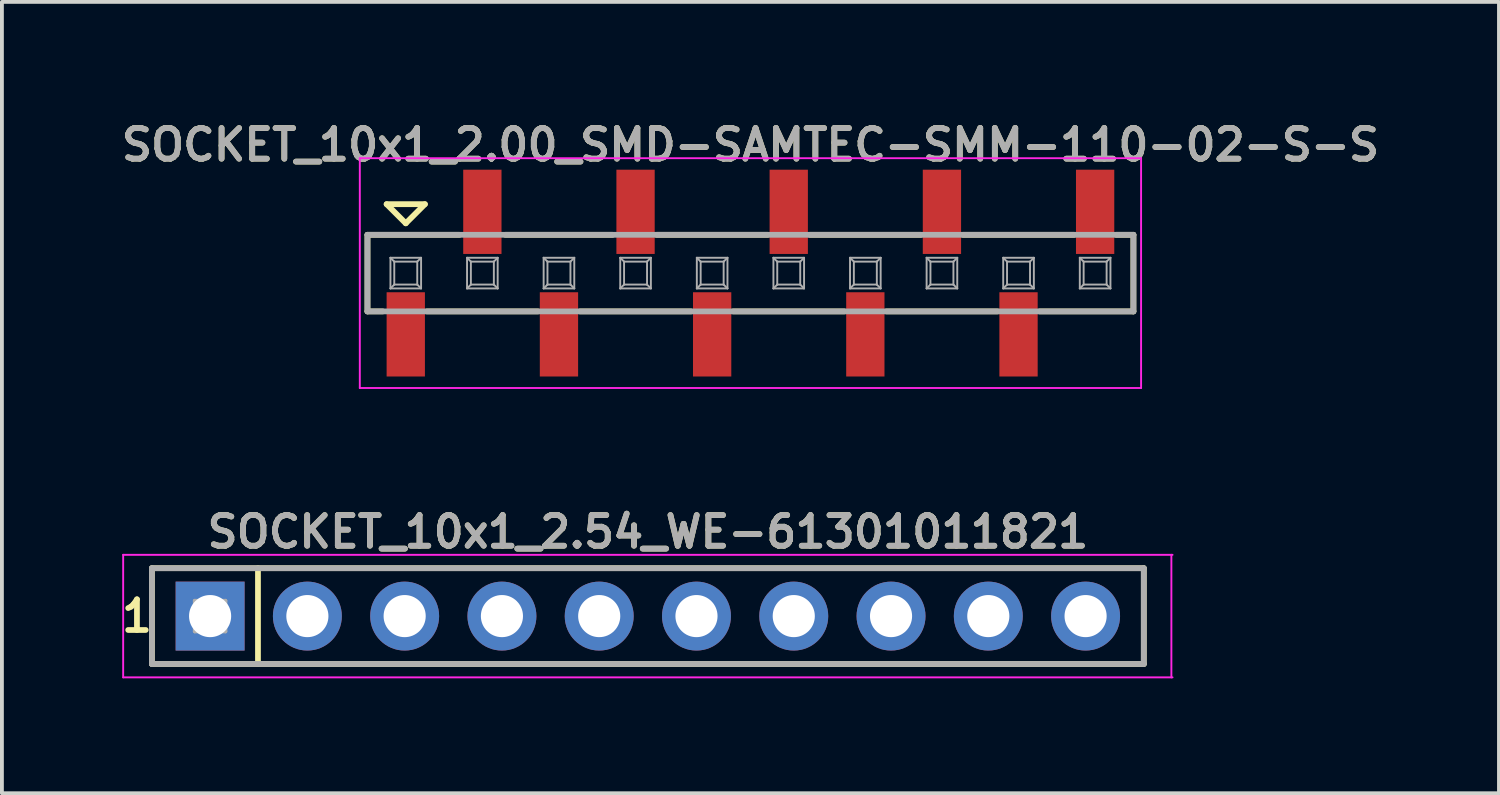
<source format=kicad_pcb>
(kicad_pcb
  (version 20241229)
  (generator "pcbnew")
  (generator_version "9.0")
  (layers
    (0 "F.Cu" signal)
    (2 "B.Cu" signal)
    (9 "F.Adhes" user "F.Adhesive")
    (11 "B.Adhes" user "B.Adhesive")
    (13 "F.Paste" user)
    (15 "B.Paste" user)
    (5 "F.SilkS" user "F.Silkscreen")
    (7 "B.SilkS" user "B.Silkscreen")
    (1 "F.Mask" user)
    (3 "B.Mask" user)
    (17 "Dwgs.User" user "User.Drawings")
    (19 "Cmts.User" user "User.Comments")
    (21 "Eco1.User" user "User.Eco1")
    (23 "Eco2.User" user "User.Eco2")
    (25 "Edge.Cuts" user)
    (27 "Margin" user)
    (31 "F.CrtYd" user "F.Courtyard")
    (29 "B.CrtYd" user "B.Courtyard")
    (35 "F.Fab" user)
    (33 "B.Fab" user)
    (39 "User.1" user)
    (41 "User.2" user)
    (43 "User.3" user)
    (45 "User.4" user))
  (footprint "SOCKET_10x1_2.00_SMD-SAMTEC-SMM-110-02-S-S"
    (layer "F.Cu")
    (at 16.545 4.081)
    (property "Reference" "SOCKET_10x1_2.00_SMD-SAMTEC-SMM-110-02-S-S" (at 0 -3.35 180) (layer "F.SilkS") (effects (font (size 0.8 0.8) (thickness 0.15))))
    (attr through_hole)
    (fp_line (start -10 -1) (end -7.6 -1) (stroke (width 0.15) (type solid)) (layer "F.SilkS"))
    (fp_line (start -10 1) (end -10 -1) (stroke (width 0.15) (type solid)) (layer "F.SilkS"))
    (fp_line (start -9.6 1) (end -10 1) (stroke (width 0.15) (type solid)) (layer "F.SilkS"))
    (fp_line (start -9 -1.3) (end -9.5 -1.8) (stroke (width 0.15) (type solid)) (layer "F.SilkS"))
    (fp_line (start -8.5 -1.8) (end -9.5 -1.8) (stroke (width 0.15) (type solid)) (layer "F.SilkS"))
    (fp_line (start -8.5 -1.8) (end -9 -1.3) (stroke (width 0.15) (type solid)) (layer "F.SilkS"))
    (fp_line (start -6.4 -1) (end -3.6 -1) (stroke (width 0.15) (type solid)) (layer "F.SilkS"))
    (fp_line (start -5.55 1) (end -8.45 1) (stroke (width 0.15) (type solid)) (layer "F.SilkS"))
    (fp_line (start -2.45 -1) (end 0.45 -1) (stroke (width 0.15) (type solid)) (layer "F.SilkS"))
    (fp_line (start -1.55 1) (end -4.45 1) (stroke (width 0.15) (type solid)) (layer "F.SilkS"))
    (fp_line (start 1.55 -1) (end 4.45 -1) (stroke (width 0.15) (type solid)) (layer "F.SilkS"))
    (fp_line (start 2.45 1) (end -0.45 1) (stroke (width 0.15) (type solid)) (layer "F.SilkS"))
    (fp_line (start 5.55 -1) (end 8.45 -1) (stroke (width 0.15) (type solid)) (layer "F.SilkS"))
    (fp_line (start 6.45 1) (end 3.55 1) (stroke (width 0.15) (type solid)) (layer "F.SilkS"))
    (fp_line (start 9.55 -1) (end 10 -1) (stroke (width 0.15) (type solid)) (layer "F.SilkS"))
    (fp_line (start 10 -1) (end 10 1) (stroke (width 0.15) (type solid)) (layer "F.SilkS"))
    (fp_line (start 10 1) (end 7.55 1) (stroke (width 0.15) (type solid)) (layer "F.SilkS"))
    (fp_line (start -10.2 -3) (end 10.2 -3) (stroke (width 0.05) (type solid)) (layer "F.CrtYd"))
    (fp_line (start -10.2 3) (end -10.2 -3) (stroke (width 0.05) (type solid)) (layer "F.CrtYd"))
    (fp_line (start 10.2 -3) (end 10.2 3) (stroke (width 0.05) (type solid)) (layer "F.CrtYd"))
    (fp_line (start 10.2 3) (end -10.2 3) (stroke (width 0.05) (type solid)) (layer "F.CrtYd"))
    (fp_line (start -10 -1) (end -10 1) (stroke (width 0.15) (type solid)) (layer "F.Fab"))
    (fp_line (start -10 1) (end 10 1) (stroke (width 0.15) (type solid)) (layer "F.Fab"))
    (fp_line (start -9.4 -0.4) (end -8.6 -0.4) (stroke (width 0.05) (type solid)) (layer "F.Fab"))
    (fp_line (start -9.4 0.4) (end -9.4 -0.4) (stroke (width 0.05) (type solid)) (layer "F.Fab"))
    (fp_line (start -9.3 -0.3) (end -9.4 -0.4) (stroke (width 0.05) (type solid)) (layer "F.Fab"))
    (fp_line (start -9.3 -0.3) (end -9.3 0.3) (stroke (width 0.05) (type solid)) (layer "F.Fab"))
    (fp_line (start -9.3 0.3) (end -9.4 0.4) (stroke (width 0.05) (type solid)) (layer "F.Fab"))
    (fp_line (start -9.3 0.3) (end -8.7 0.3) (stroke (width 0.05) (type solid)) (layer "F.Fab"))
    (fp_line (start -8.7 -0.3) (end -9.3 -0.3) (stroke (width 0.05) (type solid)) (layer "F.Fab"))
    (fp_line (start -8.7 -0.3) (end -8.6 -0.4) (stroke (width 0.05) (type solid)) (layer "F.Fab"))
    (fp_line (start -8.7 0.3) (end -8.7 -0.3) (stroke (width 0.05) (type solid)) (layer "F.Fab"))
    (fp_line (start -8.7 0.3) (end -8.6 0.4) (stroke (width 0.05) (type solid)) (layer "F.Fab"))
    (fp_line (start -8.6 -0.4) (end -8.6 0.4) (stroke (width 0.05) (type solid)) (layer "F.Fab"))
    (fp_line (start -8.6 0.4) (end -9.4 0.4) (stroke (width 0.05) (type solid)) (layer "F.Fab"))
    (fp_line (start -7.4 -0.4) (end -6.6 -0.4) (stroke (width 0.05) (type solid)) (layer "F.Fab"))
    (fp_line (start -7.4 0.4) (end -7.4 -0.4) (stroke (width 0.05) (type solid)) (layer "F.Fab"))
    (fp_line (start -7.3 -0.3) (end -7.4 -0.4) (stroke (width 0.05) (type solid)) (layer "F.Fab"))
    (fp_line (start -7.3 -0.3) (end -7.3 0.3) (stroke (width 0.05) (type solid)) (layer "F.Fab"))
    (fp_line (start -7.3 0.3) (end -7.4 0.4) (stroke (width 0.05) (type solid)) (layer "F.Fab"))
    (fp_line (start -7.3 0.3) (end -6.7 0.3) (stroke (width 0.05) (type solid)) (layer "F.Fab"))
    (fp_line (start -6.7 -0.3) (end -7.3 -0.3) (stroke (width 0.05) (type solid)) (layer "F.Fab"))
    (fp_line (start -6.7 -0.3) (end -6.6 -0.4) (stroke (width 0.05) (type solid)) (layer "F.Fab"))
    (fp_line (start -6.7 0.3) (end -6.7 -0.3) (stroke (width 0.05) (type solid)) (layer "F.Fab"))
    (fp_line (start -6.7 0.3) (end -6.6 0.4) (stroke (width 0.05) (type solid)) (layer "F.Fab"))
    (fp_line (start -6.6 -0.4) (end -6.6 0.4) (stroke (width 0.05) (type solid)) (layer "F.Fab"))
    (fp_line (start -6.6 0.4) (end -7.4 0.4) (stroke (width 0.05) (type solid)) (layer "F.Fab"))
    (fp_line (start -5.4 -0.4) (end -4.6 -0.4) (stroke (width 0.05) (type solid)) (layer "F.Fab"))
    (fp_line (start -5.4 0.4) (end -5.4 -0.4) (stroke (width 0.05) (type solid)) (layer "F.Fab"))
    (fp_line (start -5.3 -0.3) (end -5.4 -0.4) (stroke (width 0.05) (type solid)) (layer "F.Fab"))
    (fp_line (start -5.3 -0.3) (end -5.3 0.3) (stroke (width 0.05) (type solid)) (layer "F.Fab"))
    (fp_line (start -5.3 0.3) (end -5.4 0.4) (stroke (width 0.05) (type solid)) (layer "F.Fab"))
    (fp_line (start -5.3 0.3) (end -4.7 0.3) (stroke (width 0.05) (type solid)) (layer "F.Fab"))
    (fp_line (start -4.7 -0.3) (end -5.3 -0.3) (stroke (width 0.05) (type solid)) (layer "F.Fab"))
    (fp_line (start -4.7 -0.3) (end -4.6 -0.4) (stroke (width 0.05) (type solid)) (layer "F.Fab"))
    (fp_line (start -4.7 0.3) (end -4.7 -0.3) (stroke (width 0.05) (type solid)) (layer "F.Fab"))
    (fp_line (start -4.7 0.3) (end -4.6 0.4) (stroke (width 0.05) (type solid)) (layer "F.Fab"))
    (fp_line (start -4.6 -0.4) (end -4.6 0.4) (stroke (width 0.05) (type solid)) (layer "F.Fab"))
    (fp_line (start -4.6 0.4) (end -5.4 0.4) (stroke (width 0.05) (type solid)) (layer "F.Fab"))
    (fp_line (start -3.4 -0.4) (end -2.6 -0.4) (stroke (width 0.05) (type solid)) (layer "F.Fab"))
    (fp_line (start -3.4 0.4) (end -3.4 -0.4) (stroke (width 0.05) (type solid)) (layer "F.Fab"))
    (fp_line (start -3.3 -0.3) (end -3.4 -0.4) (stroke (width 0.05) (type solid)) (layer "F.Fab"))
    (fp_line (start -3.3 -0.3) (end -3.3 0.3) (stroke (width 0.05) (type solid)) (layer "F.Fab"))
    (fp_line (start -3.3 0.3) (end -3.4 0.4) (stroke (width 0.05) (type solid)) (layer "F.Fab"))
    (fp_line (start -3.3 0.3) (end -2.7 0.3) (stroke (width 0.05) (type solid)) (layer "F.Fab"))
    (fp_line (start -2.7 -0.3) (end -3.3 -0.3) (stroke (width 0.05) (type solid)) (layer "F.Fab"))
    (fp_line (start -2.7 -0.3) (end -2.6 -0.4) (stroke (width 0.05) (type solid)) (layer "F.Fab"))
    (fp_line (start -2.7 0.3) (end -2.7 -0.3) (stroke (width 0.05) (type solid)) (layer "F.Fab"))
    (fp_line (start -2.7 0.3) (end -2.6 0.4) (stroke (width 0.05) (type solid)) (layer "F.Fab"))
    (fp_line (start -2.6 -0.4) (end -2.6 0.4) (stroke (width 0.05) (type solid)) (layer "F.Fab"))
    (fp_line (start -2.6 0.4) (end -3.4 0.4) (stroke (width 0.05) (type solid)) (layer "F.Fab"))
    (fp_line (start -1.4 -0.4) (end -0.6 -0.4) (stroke (width 0.05) (type solid)) (layer "F.Fab"))
    (fp_line (start -1.4 0.4) (end -1.4 -0.4) (stroke (width 0.05) (type solid)) (layer "F.Fab"))
    (fp_line (start -1.3 -0.3) (end -1.4 -0.4) (stroke (width 0.05) (type solid)) (layer "F.Fab"))
    (fp_line (start -1.3 -0.3) (end -1.3 0.3) (stroke (width 0.05) (type solid)) (layer "F.Fab"))
    (fp_line (start -1.3 0.3) (end -1.4 0.4) (stroke (width 0.05) (type solid)) (layer "F.Fab"))
    (fp_line (start -1.3 0.3) (end -0.7 0.3) (stroke (width 0.05) (type solid)) (layer "F.Fab"))
    (fp_line (start -0.7 -0.3) (end -1.3 -0.3) (stroke (width 0.05) (type solid)) (layer "F.Fab"))
    (fp_line (start -0.7 -0.3) (end -0.6 -0.4) (stroke (width 0.05) (type solid)) (layer "F.Fab"))
    (fp_line (start -0.7 0.3) (end -0.7 -0.3) (stroke (width 0.05) (type solid)) (layer "F.Fab"))
    (fp_line (start -0.7 0.3) (end -0.6 0.4) (stroke (width 0.05) (type solid)) (layer "F.Fab"))
    (fp_line (start -0.6 -0.4) (end -0.6 0.4) (stroke (width 0.05) (type solid)) (layer "F.Fab"))
    (fp_line (start -0.6 0.4) (end -1.4 0.4) (stroke (width 0.05) (type solid)) (layer "F.Fab"))
    (fp_line (start 0.6 -0.4) (end 1.4 -0.4) (stroke (width 0.05) (type solid)) (layer "F.Fab"))
    (fp_line (start 0.6 0.4) (end 0.6 -0.4) (stroke (width 0.05) (type solid)) (layer "F.Fab"))
    (fp_line (start 0.7 -0.3) (end 0.6 -0.4) (stroke (width 0.05) (type solid)) (layer "F.Fab"))
    (fp_line (start 0.7 -0.3) (end 0.7 0.3) (stroke (width 0.05) (type solid)) (layer "F.Fab"))
    (fp_line (start 0.7 0.3) (end 0.6 0.4) (stroke (width 0.05) (type solid)) (layer "F.Fab"))
    (fp_line (start 0.7 0.3) (end 1.3 0.3) (stroke (width 0.05) (type solid)) (layer "F.Fab"))
    (fp_line (start 1.3 -0.3) (end 0.7 -0.3) (stroke (width 0.05) (type solid)) (layer "F.Fab"))
    (fp_line (start 1.3 -0.3) (end 1.4 -0.4) (stroke (width 0.05) (type solid)) (layer "F.Fab"))
    (fp_line (start 1.3 0.3) (end 1.3 -0.3) (stroke (width 0.05) (type solid)) (layer "F.Fab"))
    (fp_line (start 1.3 0.3) (end 1.4 0.4) (stroke (width 0.05) (type solid)) (layer "F.Fab"))
    (fp_line (start 1.4 -0.4) (end 1.4 0.4) (stroke (width 0.05) (type solid)) (layer "F.Fab"))
    (fp_line (start 1.4 0.4) (end 0.6 0.4) (stroke (width 0.05) (type solid)) (layer "F.Fab"))
    (fp_line (start 2.6 -0.4) (end 3.4 -0.4) (stroke (width 0.05) (type solid)) (layer "F.Fab"))
    (fp_line (start 2.6 0.4) (end 2.6 -0.4) (stroke (width 0.05) (type solid)) (layer "F.Fab"))
    (fp_line (start 2.7 -0.3) (end 2.6 -0.4) (stroke (width 0.05) (type solid)) (layer "F.Fab"))
    (fp_line (start 2.7 -0.3) (end 2.7 0.3) (stroke (width 0.05) (type solid)) (layer "F.Fab"))
    (fp_line (start 2.7 0.3) (end 2.6 0.4) (stroke (width 0.05) (type solid)) (layer "F.Fab"))
    (fp_line (start 2.7 0.3) (end 3.3 0.3) (stroke (width 0.05) (type solid)) (layer "F.Fab"))
    (fp_line (start 3.3 -0.3) (end 2.7 -0.3) (stroke (width 0.05) (type solid)) (layer "F.Fab"))
    (fp_line (start 3.3 -0.3) (end 3.4 -0.4) (stroke (width 0.05) (type solid)) (layer "F.Fab"))
    (fp_line (start 3.3 0.3) (end 3.3 -0.3) (stroke (width 0.05) (type solid)) (layer "F.Fab"))
    (fp_line (start 3.3 0.3) (end 3.4 0.4) (stroke (width 0.05) (type solid)) (layer "F.Fab"))
    (fp_line (start 3.4 -0.4) (end 3.4 0.4) (stroke (width 0.05) (type solid)) (layer "F.Fab"))
    (fp_line (start 3.4 0.4) (end 2.6 0.4) (stroke (width 0.05) (type solid)) (layer "F.Fab"))
    (fp_line (start 4.6 -0.4) (end 5.4 -0.4) (stroke (width 0.05) (type solid)) (layer "F.Fab"))
    (fp_line (start 4.6 0.4) (end 4.6 -0.4) (stroke (width 0.05) (type solid)) (layer "F.Fab"))
    (fp_line (start 4.7 -0.3) (end 4.6 -0.4) (stroke (width 0.05) (type solid)) (layer "F.Fab"))
    (fp_line (start 4.7 -0.3) (end 4.7 0.3) (stroke (width 0.05) (type solid)) (layer "F.Fab"))
    (fp_line (start 4.7 0.3) (end 4.6 0.4) (stroke (width 0.05) (type solid)) (layer "F.Fab"))
    (fp_line (start 4.7 0.3) (end 5.3 0.3) (stroke (width 0.05) (type solid)) (layer "F.Fab"))
    (fp_line (start 5.3 -0.3) (end 4.7 -0.3) (stroke (width 0.05) (type solid)) (layer "F.Fab"))
    (fp_line (start 5.3 -0.3) (end 5.4 -0.4) (stroke (width 0.05) (type solid)) (layer "F.Fab"))
    (fp_line (start 5.3 0.3) (end 5.3 -0.3) (stroke (width 0.05) (type solid)) (layer "F.Fab"))
    (fp_line (start 5.3 0.3) (end 5.4 0.4) (stroke (width 0.05) (type solid)) (layer "F.Fab"))
    (fp_line (start 5.4 -0.4) (end 5.4 0.4) (stroke (width 0.05) (type solid)) (layer "F.Fab"))
    (fp_line (start 5.4 0.4) (end 4.6 0.4) (stroke (width 0.05) (type solid)) (layer "F.Fab"))
    (fp_line (start 6.6 -0.4) (end 7.4 -0.4) (stroke (width 0.05) (type solid)) (layer "F.Fab"))
    (fp_line (start 6.6 0.4) (end 6.6 -0.4) (stroke (width 0.05) (type solid)) (layer "F.Fab"))
    (fp_line (start 6.7 -0.3) (end 6.6 -0.4) (stroke (width 0.05) (type solid)) (layer "F.Fab"))
    (fp_line (start 6.7 -0.3) (end 6.7 0.3) (stroke (width 0.05) (type solid)) (layer "F.Fab"))
    (fp_line (start 6.7 0.3) (end 6.6 0.4) (stroke (width 0.05) (type solid)) (layer "F.Fab"))
    (fp_line (start 6.7 0.3) (end 7.3 0.3) (stroke (width 0.05) (type solid)) (layer "F.Fab"))
    (fp_line (start 7.3 -0.3) (end 6.7 -0.3) (stroke (width 0.05) (type solid)) (layer "F.Fab"))
    (fp_line (start 7.3 -0.3) (end 7.4 -0.4) (stroke (width 0.05) (type solid)) (layer "F.Fab"))
    (fp_line (start 7.3 0.3) (end 7.3 -0.3) (stroke (width 0.05) (type solid)) (layer "F.Fab"))
    (fp_line (start 7.3 0.3) (end 7.4 0.4) (stroke (width 0.05) (type solid)) (layer "F.Fab"))
    (fp_line (start 7.4 -0.4) (end 7.4 0.4) (stroke (width 0.05) (type solid)) (layer "F.Fab"))
    (fp_line (start 7.4 0.4) (end 6.6 0.4) (stroke (width 0.05) (type solid)) (layer "F.Fab"))
    (fp_line (start 8.6 -0.4) (end 9.4 -0.4) (stroke (width 0.05) (type solid)) (layer "F.Fab"))
    (fp_line (start 8.6 0.4) (end 8.6 -0.4) (stroke (width 0.05) (type solid)) (layer "F.Fab"))
    (fp_line (start 8.7 -0.3) (end 8.6 -0.4) (stroke (width 0.05) (type solid)) (layer "F.Fab"))
    (fp_line (start 8.7 -0.3) (end 8.7 0.3) (stroke (width 0.05) (type solid)) (layer "F.Fab"))
    (fp_line (start 8.7 0.3) (end 8.6 0.4) (stroke (width 0.05) (type solid)) (layer "F.Fab"))
    (fp_line (start 8.7 0.3) (end 9.3 0.3) (stroke (width 0.05) (type solid)) (layer "F.Fab"))
    (fp_line (start 9.3 -0.3) (end 8.7 -0.3) (stroke (width 0.05) (type solid)) (layer "F.Fab"))
    (fp_line (start 9.3 -0.3) (end 9.4 -0.4) (stroke (width 0.05) (type solid)) (layer "F.Fab"))
    (fp_line (start 9.3 0.3) (end 9.3 -0.3) (stroke (width 0.05) (type solid)) (layer "F.Fab"))
    (fp_line (start 9.3 0.3) (end 9.4 0.4) (stroke (width 0.05) (type solid)) (layer "F.Fab"))
    (fp_line (start 9.4 -0.4) (end 9.4 0.4) (stroke (width 0.05) (type solid)) (layer "F.Fab"))
    (fp_line (start 9.4 0.4) (end 8.6 0.4) (stroke (width 0.05) (type solid)) (layer "F.Fab"))
    (fp_line (start 10 -1) (end -10 -1) (stroke (width 0.15) (type solid)) (layer "F.Fab"))
    (fp_line (start 10 1) (end 10 -1) (stroke (width 0.15) (type solid)) (layer "F.Fab"))
    (fp_text user "${REFERENCE}" (at 0 -3.35 0) (layer "F.Fab") (effects (font (size 0.8 0.8) (thickness 0.15))))
    (pad "1" smd rect (at -9 1.6) (size 1 2.2) (layers "F.Cu" "F.Mask" "F.Paste"))
    (pad "2" smd rect (at -7 -1.6) (size 1 2.2) (layers "F.Cu" "F.Mask" "F.Paste"))
    (pad "3" smd rect (at -5 1.6) (size 1 2.2) (layers "F.Cu" "F.Mask" "F.Paste"))
    (pad "4" smd rect (at -3 -1.6) (size 1 2.2) (layers "F.Cu" "F.Mask" "F.Paste"))
    (pad "5" smd rect (at -1 1.6) (size 1 2.2) (layers "F.Cu" "F.Mask" "F.Paste"))
    (pad "6" smd rect (at 1 -1.6) (size 1 2.2) (layers "F.Cu" "F.Mask" "F.Paste"))
    (pad "7" smd rect (at 3 1.6) (size 1 2.2) (layers "F.Cu" "F.Mask" "F.Paste"))
    (pad "8" smd rect (at 5 -1.6) (size 1 2.2) (layers "F.Cu" "F.Mask" "F.Paste"))
    (pad "9" smd rect (at 7 1.6) (size 1 2.2) (layers "F.Cu" "F.Mask" "F.Paste"))
    (pad "10" smd rect (at 9 -1.6) (size 1 2.2) (layers "F.Cu" "F.Mask" "F.Paste")))
  (footprint "SOCKET_10x1_2.54_WE-61301011821"
    (layer "F.Cu")
    (at 13.866 13.037)
    (property "Reference" "SOCKET_10x1_2.54_WE-61301011821" (at 0 -2.2 0) (layer "F.SilkS") (effects (font (size 0.8 0.8) (thickness 0.15))))
    (attr through_hole)
    (fp_line (start -12.95 -1.25) (end 12.95 -1.25) (stroke (width 0.15) (type solid)) (layer "F.SilkS"))
    (fp_line (start -12.95 1.25) (end -12.95 -1.25) (stroke (width 0.15) (type solid)) (layer "F.SilkS"))
    (fp_line (start -10.18 -1.25) (end -10.18 1.25) (stroke (width 0.15) (type solid)) (layer "F.SilkS"))
    (fp_line (start 12.95 -1.25) (end 12.95 1.25) (stroke (width 0.15) (type solid)) (layer "F.SilkS"))
    (fp_line (start 12.95 1.25) (end -12.95 1.25) (stroke (width 0.15) (type solid)) (layer "F.SilkS"))
    (fp_line (start -13.7 -1.6) (end 13.7 -1.6) (stroke (width 0.05) (type solid)) (layer "F.CrtYd"))
    (fp_line (start -13.7 1.6) (end -13.7 -1.6) (stroke (width 0.05) (type solid)) (layer "F.CrtYd"))
    (fp_line (start 13.67 -1.6) (end 13.67 1.6) (stroke (width 0.05) (type solid)) (layer "F.CrtYd"))
    (fp_line (start 13.7 1.6) (end -13.7 1.6) (stroke (width 0.05) (type solid)) (layer "F.CrtYd"))
    (fp_line (start -12.95 -1.25) (end 12.95 -1.25) (stroke (width 0.15) (type solid)) (layer "F.Fab"))
    (fp_line (start -12.95 1.25) (end -12.95 -1.25) (stroke (width 0.15) (type solid)) (layer "F.Fab"))
    (fp_line (start -11.83 -0.4) (end -11.03 -0.4) (stroke (width 0.1) (type solid)) (layer "F.Fab"))
    (fp_line (start -11.83 0) (end -11.03 0) (stroke (width 0.1) (type solid)) (layer "F.Fab"))
    (fp_line (start -11.83 0.4) (end -11.83 -0.4) (stroke (width 0.1) (type solid)) (layer "F.Fab"))
    (fp_line (start -11.43 -0.4) (end -11.43 0.4) (stroke (width 0.1) (type solid)) (layer "F.Fab"))
    (fp_line (start -11.03 -0.4) (end -11.03 0.4) (stroke (width 0.1) (type solid)) (layer "F.Fab"))
    (fp_line (start -11.03 0.4) (end -11.83 0.4) (stroke (width 0.1) (type solid)) (layer "F.Fab"))
    (fp_line (start -9.29 0) (end -8.49 0) (stroke (width 0.1) (type solid)) (layer "F.Fab"))
    (fp_line (start -8.89 -0.4) (end -8.89 0.4) (stroke (width 0.1) (type solid)) (layer "F.Fab"))
    (fp_line (start -6.75 0) (end -5.95 0) (stroke (width 0.1) (type solid)) (layer "F.Fab"))
    (fp_line (start -6.35 -0.4) (end -6.35 0.4) (stroke (width 0.1) (type solid)) (layer "F.Fab"))
    (fp_line (start -4.21 0) (end -3.41 0) (stroke (width 0.1) (type solid)) (layer "F.Fab"))
    (fp_line (start -3.81 -0.4) (end -3.81 0.4) (stroke (width 0.1) (type solid)) (layer "F.Fab"))
    (fp_line (start -1.67 0) (end -0.87 0) (stroke (width 0.1) (type solid)) (layer "F.Fab"))
    (fp_line (start -1.27 -0.4) (end -1.27 0.4) (stroke (width 0.1) (type solid)) (layer "F.Fab"))
    (fp_line (start 12.95 -1.25) (end 12.95 1.25) (stroke (width 0.15) (type solid)) (layer "F.Fab"))
    (fp_line (start 12.95 1.25) (end -12.95 1.25) (stroke (width 0.15) (type solid)) (layer "F.Fab"))
    (fp_circle (center -8.89 0) (end -8.49 0) (stroke (width 0.1) (type solid)) (fill no) (layer "F.Fab"))
    (fp_circle (center -6.35 0) (end -5.95 0) (stroke (width 0.1) (type solid)) (fill no) (layer "F.Fab"))
    (fp_circle (center -3.81 0) (end -3.41 0) (stroke (width 0.1) (type solid)) (fill no) (layer "F.Fab"))
    (fp_circle (center -1.27 0) (end -0.87 0) (stroke (width 0.1) (type solid)) (fill no) (layer "F.Fab"))
    (fp_text user "1" (at -13.34 0 0) (layer "F.SilkS") (effects (font (size 0.8 0.8) (thickness 0.15))))
    (fp_text user "${REFERENCE}" (at 0 -2.2 0) (layer "F.Fab") (effects (font (size 0.8 0.8) (thickness 0.15))))
    (pad "1" thru_hole rect (at -11.43 0) (size 1.8 1.8) (drill 1.1) (layers "*.Cu" "*.Mask"))
    (pad "2" thru_hole circle (at -8.89 0) (size 1.8 1.8) (drill 1.1) (layers "*.Cu" "*.Mask"))
    (pad "3" thru_hole circle (at -6.35 0) (size 1.8 1.8) (drill 1.1) (layers "*.Cu" "*.Mask"))
    (pad "4" thru_hole circle (at -3.81 0) (size 1.8 1.8) (drill 1.1) (layers "*.Cu" "*.Mask"))
    (pad "5" thru_hole circle (at -1.27 0) (size 1.8 1.8) (drill 1.1) (layers "*.Cu" "*.Mask"))
    (pad "6" thru_hole circle (at 1.27 0) (size 1.8 1.8) (drill 1.1) (layers "*.Cu" "*.Mask"))
    (pad "7" thru_hole circle (at 3.81 0) (size 1.8 1.8) (drill 1.1) (layers "*.Cu" "*.Mask"))
    (pad "8" thru_hole circle (at 6.35 0) (size 1.8 1.8) (drill 1.1) (layers "*.Cu" "*.Mask"))
    (pad "9" thru_hole circle (at 8.89 0) (size 1.8 1.8) (drill 1.1) (layers "*.Cu" "*.Mask"))
    (pad "10" thru_hole circle (at 11.43 0) (size 1.8 1.8) (drill 1.1) (layers "*.Cu" "*.Mask")))
  (gr_rect
    (start -3 -3)
    (end 36.09 17.663)
    (stroke (width 0.1) (type default))
    (fill no)
    (layer "Edge.Cuts")))
</source>
